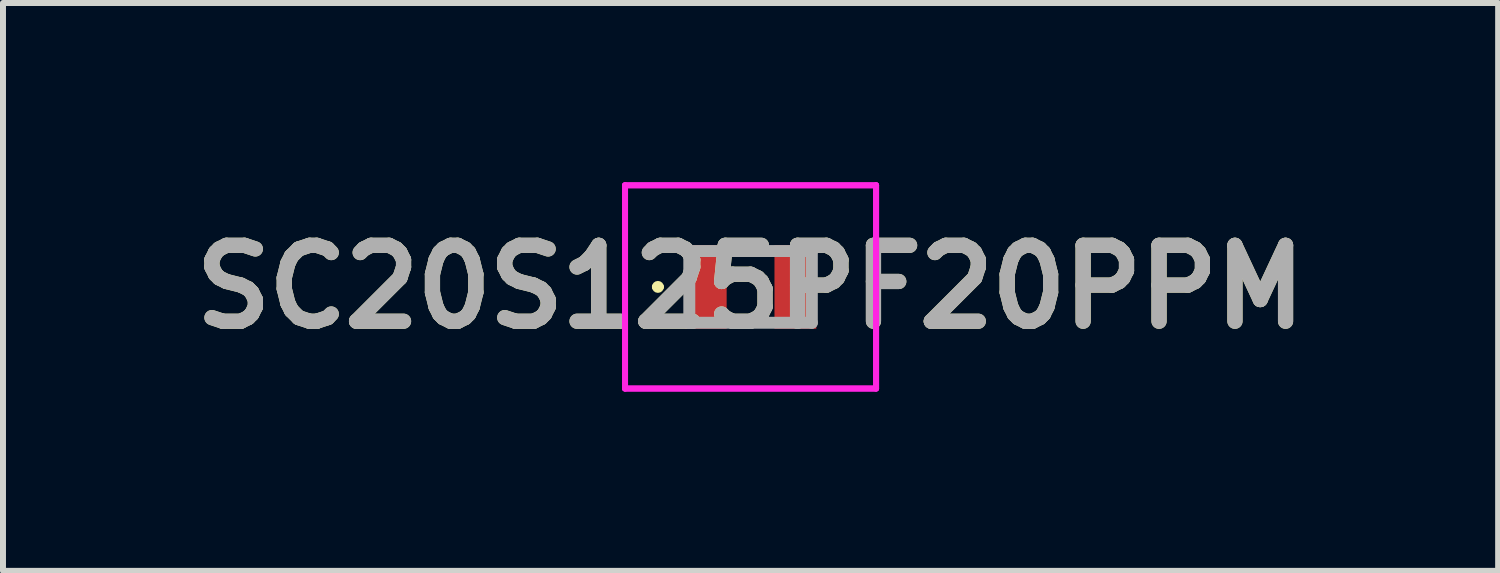
<source format=kicad_pcb>
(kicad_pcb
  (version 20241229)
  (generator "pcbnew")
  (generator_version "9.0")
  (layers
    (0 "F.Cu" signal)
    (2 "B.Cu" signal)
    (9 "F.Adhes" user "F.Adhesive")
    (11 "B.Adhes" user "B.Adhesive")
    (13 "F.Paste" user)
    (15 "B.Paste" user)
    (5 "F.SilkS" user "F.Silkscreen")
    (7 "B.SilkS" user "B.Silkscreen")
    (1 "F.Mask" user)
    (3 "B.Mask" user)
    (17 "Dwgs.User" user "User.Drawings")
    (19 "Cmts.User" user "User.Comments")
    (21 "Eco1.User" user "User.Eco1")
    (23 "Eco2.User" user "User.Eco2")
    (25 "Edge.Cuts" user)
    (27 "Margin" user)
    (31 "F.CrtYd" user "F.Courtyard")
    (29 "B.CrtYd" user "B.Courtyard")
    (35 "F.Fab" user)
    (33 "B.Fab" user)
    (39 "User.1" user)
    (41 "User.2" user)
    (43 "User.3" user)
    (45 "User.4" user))
  (footprint "SC20S125PF20PPM"
    (layer "F.Cu")
    (at 9.507 1.75)
    (property "Reference" "SC20S125PF20PPM" (at 0 0 0) (layer "F.SilkS") (effects (font (size 1.27 1.27) (thickness 0.254))))
    (attr smd)
    (fp_line (start -1.6 0) (end -1.6 0) (stroke (width 0.1) (type solid)) (layer "F.SilkS"))
    (fp_line (start -1.5 0) (end -1.5 0) (stroke (width 0.1) (type solid)) (layer "F.SilkS"))
    (fp_arc (start -1.6 0) (mid -1.55 -0.05) (end -1.5 0) (stroke (width 0.1) (type solid)) (layer "F.SilkS"))
    (fp_arc (start -1.5 0) (mid -1.55 0.05) (end -1.6 0) (stroke (width 0.1) (type solid)) (layer "F.SilkS"))
    (fp_line (start -2.1 -1.7) (end 2.1 -1.7) (stroke (width 0.1) (type solid)) (layer "F.CrtYd"))
    (fp_line (start -2.1 -1.7) (end 2.1 -1.7) (stroke (width 0.1) (type solid)) (layer "F.CrtYd"))
    (fp_line (start -2.1 1.7) (end -2.1 -1.7) (stroke (width 0.1) (type solid)) (layer "F.CrtYd"))
    (fp_line (start -2.1 1.7) (end -2.1 -1.7) (stroke (width 0.1) (type solid)) (layer "F.CrtYd"))
    (fp_line (start 2.1 -1.7) (end 2.1 1.7) (stroke (width 0.1) (type solid)) (layer "F.CrtYd"))
    (fp_line (start 2.1 -1.7) (end 2.1 1.7) (stroke (width 0.1) (type solid)) (layer "F.CrtYd"))
    (fp_line (start 2.1 1.7) (end -2.1 1.7) (stroke (width 0.1) (type solid)) (layer "F.CrtYd"))
    (fp_line (start 2.1 1.7) (end -2.1 1.7) (stroke (width 0.1) (type solid)) (layer "F.CrtYd"))
    (fp_line (start -1.025 -0.6) (end 1.025 -0.6) (stroke (width 0.2) (type solid)) (layer "F.Fab"))
    (fp_line (start -1.025 0.6) (end -1.025 -0.6) (stroke (width 0.2) (type solid)) (layer "F.Fab"))
    (fp_line (start 1.025 -0.6) (end 1.025 0.6) (stroke (width 0.2) (type solid)) (layer "F.Fab"))
    (fp_line (start 1.025 0.6) (end -1.025 0.6) (stroke (width 0.2) (type solid)) (layer "F.Fab"))
    (fp_text user "${REFERENCE}" (at 0 0 0) (layer "F.Fab") (effects (font (size 1.27 1.27) (thickness 0.254))))
    (pad "1" smd rect (at -0.75 0) (size 0.7 1.4) (layers "F.Cu" "F.Mask" "F.Paste"))
    (pad "2" smd rect (at 0.75 0) (size 0.7 1.4) (layers "F.Cu" "F.Mask" "F.Paste")))
  (gr_rect
    (start -3 -3)
    (end 22.014 6.5)
    (stroke (width 0.1) (type default))
    (fill no)
    (layer "Edge.Cuts")))
</source>
